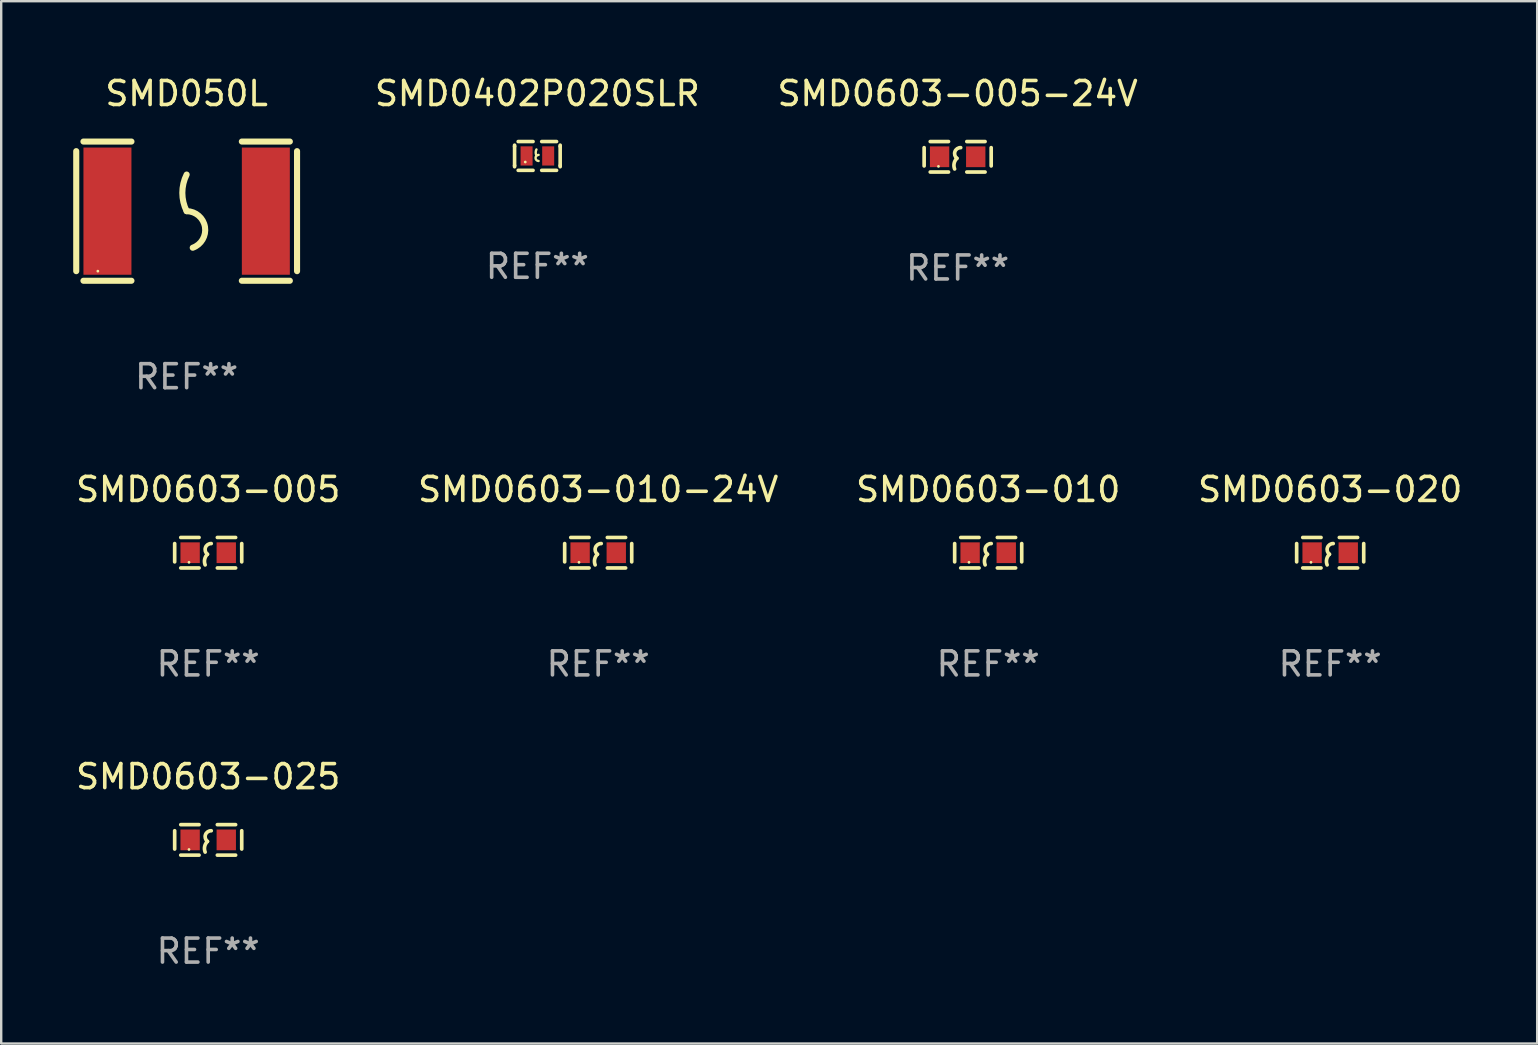
<source format=kicad_pcb>
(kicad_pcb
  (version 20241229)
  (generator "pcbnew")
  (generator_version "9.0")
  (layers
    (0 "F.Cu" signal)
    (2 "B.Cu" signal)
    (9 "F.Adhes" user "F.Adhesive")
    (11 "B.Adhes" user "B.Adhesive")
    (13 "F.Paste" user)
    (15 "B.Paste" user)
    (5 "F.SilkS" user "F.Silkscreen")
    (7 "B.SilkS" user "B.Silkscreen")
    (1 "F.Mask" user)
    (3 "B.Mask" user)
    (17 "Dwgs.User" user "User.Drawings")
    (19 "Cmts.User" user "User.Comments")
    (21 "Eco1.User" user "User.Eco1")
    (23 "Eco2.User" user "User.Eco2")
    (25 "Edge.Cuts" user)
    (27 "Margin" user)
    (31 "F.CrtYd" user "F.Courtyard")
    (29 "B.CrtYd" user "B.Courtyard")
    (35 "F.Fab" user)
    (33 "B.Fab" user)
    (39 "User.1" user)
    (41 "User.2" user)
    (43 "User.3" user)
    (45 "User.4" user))
  (footprint "SMD0603-025"
    (layer "F.Cu")
    (at 5.625 31.946)
    (property "Reference" "SMD0603-025" (at 0 -2.635 0) (layer "F.SilkS") (effects (font (size 1 1) (thickness 0.15))))
    (attr through_hole)
    (fp_line (start -1.397 -0.381) (end -1.397 0.381) (stroke (width 0.152) (type solid)) (layer "F.SilkS"))
    (fp_line (start -0.381 -0.635) (end -1.143 -0.635) (stroke (width 0.152) (type solid)) (layer "F.SilkS"))
    (fp_line (start -0.381 0.635) (end -1.143 0.635) (stroke (width 0.152) (type solid)) (layer "F.SilkS"))
    (fp_line (start 0.381 -0.635) (end 1.143 -0.635) (stroke (width 0.152) (type solid)) (layer "F.SilkS"))
    (fp_line (start 0.381 0.635) (end 1.143 0.635) (stroke (width 0.152) (type solid)) (layer "F.SilkS"))
    (fp_line (start 1.397 -0.381) (end 1.397 0.381) (stroke (width 0.152) (type solid)) (layer "F.SilkS"))
    (fp_arc (start -0.127 0.508001) (mid -0.146523 0.271131) (end -0.030861 0.0635) (stroke (width 0.151994) (type solid)) (layer "F.SilkS"))
    (fp_arc (start -0.03175 0.0635) (mid -0.113571 -0.216321) (end 0.127001 -0.381002) (stroke (width 0.151994) (type solid)) (layer "F.SilkS"))
    (fp_circle (center -0.8 0.4) (end -0.77 0.4) (stroke (width 0.06) (type solid)) (fill no) (layer "F.SilkS"))
    (fp_text user "REF**" (at 0 4.635 0) (layer "F.Fab") (effects (font (size 1 1) (thickness 0.15))))
    (pad "1" smd rect (at -0.753 0) (size 0.806 0.864) (layers "F.Cu" "F.Mask" "F.Paste"))
    (pad "2" smd rect (at 0.753 0) (size 0.806 0.864) (layers "F.Cu" "F.Mask" "F.Paste")))
  (footprint "SMD0603-005"
    (layer "F.Cu")
    (at 5.625 19.98)
    (property "Reference" "SMD0603-005" (at 0 -2.635 0) (layer "F.SilkS") (effects (font (size 1 1) (thickness 0.15))))
    (attr through_hole)
    (fp_line (start -1.397 -0.381) (end -1.397 0.381) (stroke (width 0.152) (type solid)) (layer "F.SilkS"))
    (fp_line (start -0.381 -0.635) (end -1.143 -0.635) (stroke (width 0.152) (type solid)) (layer "F.SilkS"))
    (fp_line (start -0.381 0.635) (end -1.143 0.635) (stroke (width 0.152) (type solid)) (layer "F.SilkS"))
    (fp_line (start 0.381 -0.635) (end 1.143 -0.635) (stroke (width 0.152) (type solid)) (layer "F.SilkS"))
    (fp_line (start 0.381 0.635) (end 1.143 0.635) (stroke (width 0.152) (type solid)) (layer "F.SilkS"))
    (fp_line (start 1.397 -0.381) (end 1.397 0.381) (stroke (width 0.152) (type solid)) (layer "F.SilkS"))
    (fp_arc (start -0.127 0.508001) (mid -0.146523 0.271131) (end -0.030861 0.0635) (stroke (width 0.151994) (type solid)) (layer "F.SilkS"))
    (fp_arc (start -0.03175 0.0635) (mid -0.113571 -0.216321) (end 0.127001 -0.381002) (stroke (width 0.151994) (type solid)) (layer "F.SilkS"))
    (fp_circle (center -0.8 0.4) (end -0.77 0.4) (stroke (width 0.06) (type solid)) (fill no) (layer "F.SilkS"))
    (fp_text user "REF**" (at 0 4.635 0) (layer "F.Fab") (effects (font (size 1 1) (thickness 0.15))))
    (pad "1" smd rect (at -0.753 0) (size 0.806 0.864) (layers "F.Cu" "F.Mask" "F.Paste"))
    (pad "2" smd rect (at 0.753 0) (size 0.806 0.864) (layers "F.Cu" "F.Mask" "F.Paste")))
  (footprint "SMD0402P020SLR"
    (layer "F.Cu")
    (at 19.341 3.448)
    (property "Reference" "SMD0402P020SLR" (at 0 -2.6 0) (layer "F.SilkS") (effects (font (size 1 1) (thickness 0.15))))
    (attr through_hole)
    (fp_line (start -0.95 -0.45) (end -0.95 -0.4) (stroke (width 0.15) (type solid)) (layer "F.SilkS"))
    (fp_line (start -0.95 -0.4) (end -0.95 0.4) (stroke (width 0.15) (type solid)) (layer "F.SilkS"))
    (fp_line (start -0.95 0.45) (end -0.95 0.4) (stroke (width 0.15) (type solid)) (layer "F.SilkS"))
    (fp_line (start -0.18 -0.6) (end -0.8 -0.6) (stroke (width 0.15) (type solid)) (layer "F.SilkS"))
    (fp_line (start -0.18 0.6) (end -0.8 0.6) (stroke (width 0.15) (type solid)) (layer "F.SilkS"))
    (fp_line (start 0.18 -0.6) (end 0.8 -0.6) (stroke (width 0.15) (type solid)) (layer "F.SilkS"))
    (fp_line (start 0.18 0.6) (end 0.8 0.6) (stroke (width 0.15) (type solid)) (layer "F.SilkS"))
    (fp_line (start 0.95 -0.45) (end 0.95 -0.4) (stroke (width 0.15) (type solid)) (layer "F.SilkS"))
    (fp_line (start 0.95 -0.4) (end 0.95 0.4) (stroke (width 0.15) (type solid)) (layer "F.SilkS"))
    (fp_line (start 0.95 0.45) (end 0.95 0.4) (stroke (width 0.15) (type solid)) (layer "F.SilkS"))
    (fp_arc (start -0.039942 -0.016052) (mid -0.069923 -0.143053) (end -0.039942 -0.270053) (stroke (width 0.1) (type solid)) (layer "F.SilkS"))
    (fp_arc (start 0.050076 0.209957) (mid -0.076924 0.082957) (end 0.050076 -0.044043) (stroke (width 0.1) (type solid)) (layer "F.SilkS"))
    (fp_circle (center -0.505 0.253) (end -0.475 0.253) (stroke (width 0.06) (type solid)) (fill no) (layer "F.SilkS"))
    (fp_text user "REF**" (at 0 4.6 0) (layer "F.Fab") (effects (font (size 1 1) (thickness 0.15))))
    (pad "1" smd rect (at -0.45 -0.000051) (size 0.5 0.8) (layers "F.Cu" "F.Mask" "F.Paste"))
    (pad "2" smd rect (at 0.45 -0.000051) (size 0.5 0.8) (layers "F.Cu" "F.Mask" "F.Paste")))
  (footprint "SMD050L"
    (layer "F.Cu")
    (at 4.727 5.748)
    (property "Reference" "SMD050L" (at 0 -4.9 0) (layer "F.SilkS") (effects (font (size 1 1) (thickness 0.15))))
    (attr through_hole)
    (fp_line (start -4.6 -2.5) (end -4.6 2.5) (stroke (width 0.254) (type solid)) (layer "F.SilkS"))
    (fp_line (start -4.3 -2.9) (end -2.3 -2.9) (stroke (width 0.254) (type solid)) (layer "F.SilkS"))
    (fp_line (start -4.3 2.9) (end -2.3 2.9) (stroke (width 0.254) (type solid)) (layer "F.SilkS"))
    (fp_line (start 2.3 -2.9) (end 4.3 -2.9) (stroke (width 0.254) (type solid)) (layer "F.SilkS"))
    (fp_line (start 2.3 2.9) (end 4.3 2.9) (stroke (width 0.254) (type solid)) (layer "F.SilkS"))
    (fp_line (start 4.6 -2.5) (end 4.6 2.5) (stroke (width 0.254) (type solid)) (layer "F.SilkS"))
    (fp_arc (start 0 0) (mid -0.179884 -0.762002) (end 0 -1.524003) (stroke (width 0.254001) (type solid)) (layer "F.SilkS"))
    (fp_arc (start 0 0) (mid 0.763086 0.655987) (end 0.254001 1.524003) (stroke (width 0.254001) (type solid)) (layer "F.SilkS"))
    (fp_circle (center -3.7 2.5) (end -3.67 2.5) (stroke (width 0.06) (type solid)) (fill no) (layer "F.SilkS"))
    (fp_text user "REF**" (at 0 6.9 0) (layer "F.Fab") (effects (font (size 1 1) (thickness 0.15))))
    (pad "1" smd rect (at -3.3 0) (size 2 5.3) (layers "F.Cu" "F.Mask" "F.Paste"))
    (pad "2" smd rect (at 3.3 0) (size 2 5.3) (layers "F.Cu" "F.Mask" "F.Paste")))
  (footprint "SMD0603-005-24V"
    (layer "F.Cu")
    (at 36.853 3.483)
    (property "Reference" "SMD0603-005-24V" (at 0 -2.635 0) (layer "F.SilkS") (effects (font (size 1 1) (thickness 0.15))))
    (attr through_hole)
    (fp_line (start -1.397 -0.381) (end -1.397 0.381) (stroke (width 0.152) (type solid)) (layer "F.SilkS"))
    (fp_line (start -0.381 -0.635) (end -1.143 -0.635) (stroke (width 0.152) (type solid)) (layer "F.SilkS"))
    (fp_line (start -0.381 0.635) (end -1.143 0.635) (stroke (width 0.152) (type solid)) (layer "F.SilkS"))
    (fp_line (start 0.381 -0.635) (end 1.143 -0.635) (stroke (width 0.152) (type solid)) (layer "F.SilkS"))
    (fp_line (start 0.381 0.635) (end 1.143 0.635) (stroke (width 0.152) (type solid)) (layer "F.SilkS"))
    (fp_line (start 1.397 -0.381) (end 1.397 0.381) (stroke (width 0.152) (type solid)) (layer "F.SilkS"))
    (fp_arc (start -0.127 0.508001) (mid -0.146523 0.271131) (end -0.030861 0.0635) (stroke (width 0.151994) (type solid)) (layer "F.SilkS"))
    (fp_arc (start -0.03175 0.0635) (mid -0.113571 -0.216321) (end 0.127001 -0.381002) (stroke (width 0.151994) (type solid)) (layer "F.SilkS"))
    (fp_circle (center -0.8 0.4) (end -0.77 0.4) (stroke (width 0.06) (type solid)) (fill no) (layer "F.SilkS"))
    (fp_text user "REF**" (at 0 4.635 0) (layer "F.Fab") (effects (font (size 1 1) (thickness 0.15))))
    (pad "1" smd rect (at -0.753 0) (size 0.806 0.864) (layers "F.Cu" "F.Mask" "F.Paste"))
    (pad "2" smd rect (at 0.753 0) (size 0.806 0.864) (layers "F.Cu" "F.Mask" "F.Paste")))
  (footprint "SMD0603-010-24V"
    (layer "F.Cu")
    (at 21.875 19.98)
    (property "Reference" "SMD0603-010-24V" (at 0 -2.635 0) (layer "F.SilkS") (effects (font (size 1 1) (thickness 0.15))))
    (attr through_hole)
    (fp_line (start -1.397 -0.381) (end -1.397 0.381) (stroke (width 0.152) (type solid)) (layer "F.SilkS"))
    (fp_line (start -0.381 -0.635) (end -1.143 -0.635) (stroke (width 0.152) (type solid)) (layer "F.SilkS"))
    (fp_line (start -0.381 0.635) (end -1.143 0.635) (stroke (width 0.152) (type solid)) (layer "F.SilkS"))
    (fp_line (start 0.381 -0.635) (end 1.143 -0.635) (stroke (width 0.152) (type solid)) (layer "F.SilkS"))
    (fp_line (start 0.381 0.635) (end 1.143 0.635) (stroke (width 0.152) (type solid)) (layer "F.SilkS"))
    (fp_line (start 1.397 -0.381) (end 1.397 0.381) (stroke (width 0.152) (type solid)) (layer "F.SilkS"))
    (fp_arc (start -0.127 0.508001) (mid -0.146523 0.271131) (end -0.030861 0.0635) (stroke (width 0.151994) (type solid)) (layer "F.SilkS"))
    (fp_arc (start -0.03175 0.0635) (mid -0.113571 -0.216321) (end 0.127001 -0.381002) (stroke (width 0.151994) (type solid)) (layer "F.SilkS"))
    (fp_circle (center -0.8 0.4) (end -0.77 0.4) (stroke (width 0.06) (type solid)) (fill no) (layer "F.SilkS"))
    (fp_text user "REF**" (at 0 4.635 0) (layer "F.Fab") (effects (font (size 1 1) (thickness 0.15))))
    (pad "1" smd rect (at -0.753 0) (size 0.806 0.864) (layers "F.Cu" "F.Mask" "F.Paste"))
    (pad "2" smd rect (at 0.753 0) (size 0.806 0.864) (layers "F.Cu" "F.Mask" "F.Paste")))
  (footprint "SMD0603-010"
    (layer "F.Cu")
    (at 38.125 19.98)
    (property "Reference" "SMD0603-010" (at 0 -2.635 0) (layer "F.SilkS") (effects (font (size 1 1) (thickness 0.15))))
    (attr through_hole)
    (fp_line (start -1.397 -0.381) (end -1.397 0.381) (stroke (width 0.152) (type solid)) (layer "F.SilkS"))
    (fp_line (start -0.381 -0.635) (end -1.143 -0.635) (stroke (width 0.152) (type solid)) (layer "F.SilkS"))
    (fp_line (start -0.381 0.635) (end -1.143 0.635) (stroke (width 0.152) (type solid)) (layer "F.SilkS"))
    (fp_line (start 0.381 -0.635) (end 1.143 -0.635) (stroke (width 0.152) (type solid)) (layer "F.SilkS"))
    (fp_line (start 0.381 0.635) (end 1.143 0.635) (stroke (width 0.152) (type solid)) (layer "F.SilkS"))
    (fp_line (start 1.397 -0.381) (end 1.397 0.381) (stroke (width 0.152) (type solid)) (layer "F.SilkS"))
    (fp_arc (start -0.127 0.508001) (mid -0.146523 0.271131) (end -0.030861 0.0635) (stroke (width 0.151994) (type solid)) (layer "F.SilkS"))
    (fp_arc (start -0.03175 0.0635) (mid -0.113571 -0.216321) (end 0.127001 -0.381002) (stroke (width 0.151994) (type solid)) (layer "F.SilkS"))
    (fp_circle (center -0.8 0.4) (end -0.77 0.4) (stroke (width 0.06) (type solid)) (fill no) (layer "F.SilkS"))
    (fp_text user "REF**" (at 0 4.635 0) (layer "F.Fab") (effects (font (size 1 1) (thickness 0.15))))
    (pad "1" smd rect (at -0.753 0) (size 0.806 0.864) (layers "F.Cu" "F.Mask" "F.Paste"))
    (pad "2" smd rect (at 0.753 0) (size 0.806 0.864) (layers "F.Cu" "F.Mask" "F.Paste")))
  (footprint "SMD0603-020"
    (layer "F.Cu")
    (at 52.375 19.98)
    (property "Reference" "SMD0603-020" (at 0 -2.635 0) (layer "F.SilkS") (effects (font (size 1 1) (thickness 0.15))))
    (attr through_hole)
    (fp_line (start -1.397 -0.381) (end -1.397 0.381) (stroke (width 0.152) (type solid)) (layer "F.SilkS"))
    (fp_line (start -0.381 -0.635) (end -1.143 -0.635) (stroke (width 0.152) (type solid)) (layer "F.SilkS"))
    (fp_line (start -0.381 0.635) (end -1.143 0.635) (stroke (width 0.152) (type solid)) (layer "F.SilkS"))
    (fp_line (start 0.381 -0.635) (end 1.143 -0.635) (stroke (width 0.152) (type solid)) (layer "F.SilkS"))
    (fp_line (start 0.381 0.635) (end 1.143 0.635) (stroke (width 0.152) (type solid)) (layer "F.SilkS"))
    (fp_line (start 1.397 -0.381) (end 1.397 0.381) (stroke (width 0.152) (type solid)) (layer "F.SilkS"))
    (fp_arc (start -0.127 0.508001) (mid -0.146523 0.271131) (end -0.030861 0.0635) (stroke (width 0.151994) (type solid)) (layer "F.SilkS"))
    (fp_arc (start -0.03175 0.0635) (mid -0.113571 -0.216321) (end 0.127001 -0.381002) (stroke (width 0.151994) (type solid)) (layer "F.SilkS"))
    (fp_circle (center -0.8 0.4) (end -0.77 0.4) (stroke (width 0.06) (type solid)) (fill no) (layer "F.SilkS"))
    (fp_text user "REF**" (at 0 4.635 0) (layer "F.Fab") (effects (font (size 1 1) (thickness 0.15))))
    (pad "1" smd rect (at -0.753 0) (size 0.806 0.864) (layers "F.Cu" "F.Mask" "F.Paste"))
    (pad "2" smd rect (at 0.753 0) (size 0.806 0.864) (layers "F.Cu" "F.Mask" "F.Paste")))
  (gr_rect
    (start -3 -3)
    (end 61 40.43)
    (stroke (width 0.1) (type default))
    (fill no)
    (layer "Edge.Cuts")))
</source>
